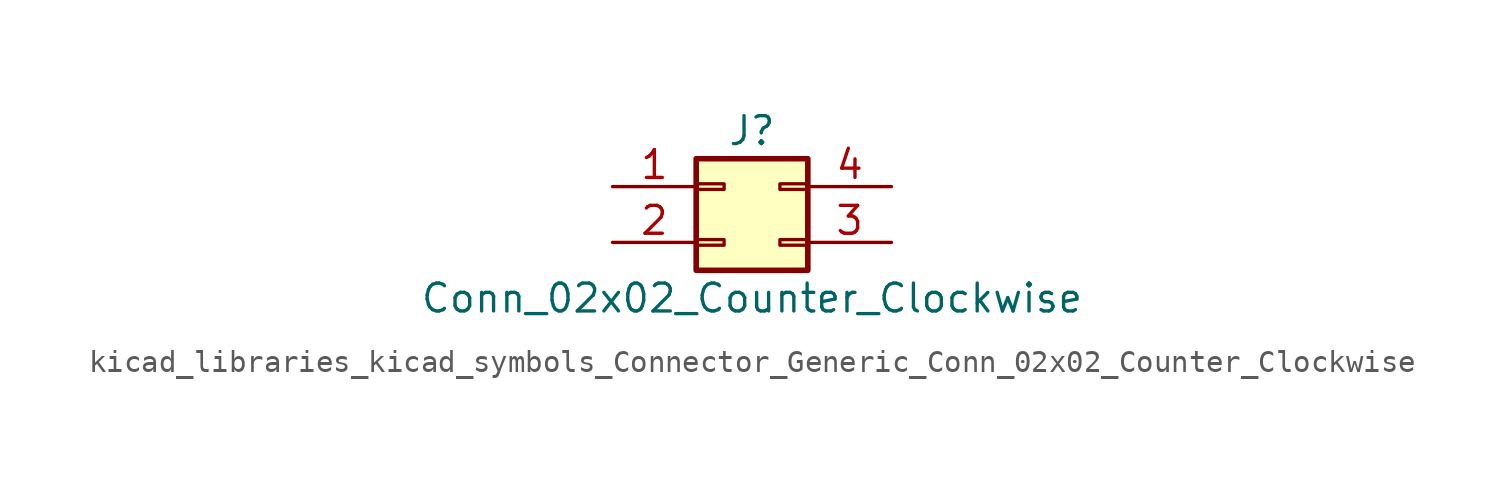
<source format=kicad_sym>
(kicad_symbol_lib
  (version 20220914)
  (generator kicad_symbol_editor)
  (symbol "kicad_libraries_kicad_symbols_Connector_Generic_Conn_02x02_Counter_Clockwise"
    (pin_names
      (offset 1.016) hide)
    (property "Reference" "J"
      (at 1.27 2.54 0)
      (effects (font (size 1.27 1.27))))
    (property "Value" "Conn_02x02_Counter_Clockwise"
      (at 1.27 -5.08 0)
      (effects (font (size 1.27 1.27))))
    (symbol "kicad_libraries_kicad_symbols_Connector_Generic_Conn_02x02_Counter_Clockwise_1_1"
      (rectangle (start -1.27 -2.413) (end 0 -2.667) (stroke (width 0.152) (type default)) (fill (type none)))
      (rectangle (start -1.27 0.127) (end 0 -0.127) (stroke (width 0.152) (type default)) (fill (type none)))
      (rectangle (start -1.27 1.27) (end 3.81 -3.81) (stroke (width 0.254) (type default)) (fill (type background)))
      (rectangle (start 3.81 -2.413) (end 2.54 -2.667) (stroke (width 0.152) (type default)) (fill (type none)))
      (rectangle (start 3.81 0.127) (end 2.54 -0.127) (stroke (width 0.152) (type default)) (fill (type none)))
      (pin passive line (at -5.08 0 0) (length 3.81) (name "Pin_1" (effects (font (size 1.27 1.27)))) (number "1" (effects (font (size 1.27 1.27)))))
      (pin passive line (at -5.08 -2.54 0) (length 3.81) (name "Pin_2" (effects (font (size 1.27 1.27)))) (number "2" (effects (font (size 1.27 1.27)))))
      (pin passive line (at 7.62 -2.54 180) (length 3.81) (name "Pin_3" (effects (font (size 1.27 1.27)))) (number "3" (effects (font (size 1.27 1.27)))))
      (pin passive line (at 7.62 0 180) (length 3.81) (name "Pin_4" (effects (font (size 1.27 1.27)))) (number "4" (effects (font (size 1.27 1.27))))))))
</source>
